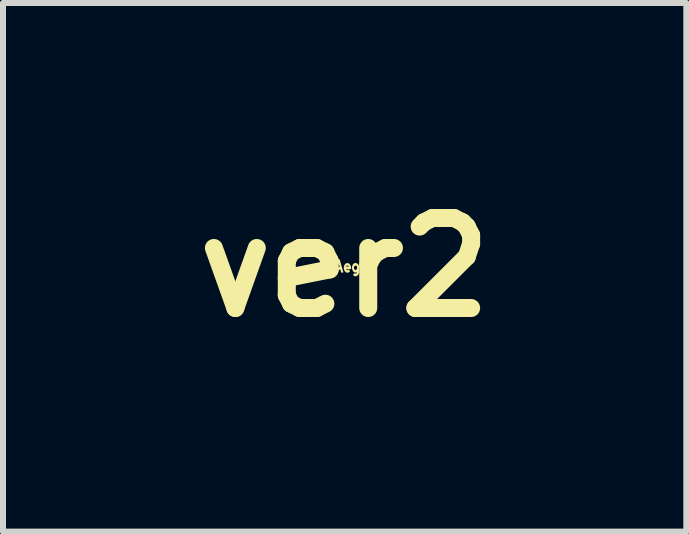
<source format=kicad_pcb>
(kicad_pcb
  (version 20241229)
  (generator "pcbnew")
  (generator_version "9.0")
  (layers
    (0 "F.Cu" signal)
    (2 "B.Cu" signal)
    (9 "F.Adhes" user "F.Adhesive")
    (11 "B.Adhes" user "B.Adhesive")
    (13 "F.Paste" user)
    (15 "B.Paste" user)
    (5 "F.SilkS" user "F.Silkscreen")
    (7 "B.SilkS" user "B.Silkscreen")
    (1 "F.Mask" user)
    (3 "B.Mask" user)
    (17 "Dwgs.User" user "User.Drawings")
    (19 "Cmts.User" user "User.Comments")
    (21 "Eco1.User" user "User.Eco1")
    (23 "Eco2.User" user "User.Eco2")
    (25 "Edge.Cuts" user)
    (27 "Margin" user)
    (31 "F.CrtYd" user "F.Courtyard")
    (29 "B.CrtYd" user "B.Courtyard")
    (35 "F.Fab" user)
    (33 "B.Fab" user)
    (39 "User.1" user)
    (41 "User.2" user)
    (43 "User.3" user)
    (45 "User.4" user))
  (footprint "ver2"
    (layer "F.Cu")
    (at 2.693 1.404)
    (property "Reference" "ver2" (at 0 0 0) (layer "F.SilkS") (effects (font (size 1.5 1.5) (thickness 0.3))))
    (attr board_only exclude_from_pos_files exclude_from_bom)
    (fp_poly (pts (xy -0.306 0.023) (xy -0.308 0.025) (xy -0.309 0.023) (xy -0.308 0.021)) (stroke (width 0) (type solid)) (fill yes) (layer "F.SilkS"))
    (fp_poly (pts (xy -0.293 0.012) (xy -0.295 0.014) (xy -0.296 0.012) (xy -0.295 0.011)) (stroke (width 0) (type solid)) (fill yes) (layer "F.SilkS"))
    (fp_poly (pts (xy -0.259 -0.058) (xy -0.26 -0.056) (xy -0.262 -0.058) (xy -0.26 -0.06)) (stroke (width 0) (type solid)) (fill yes) (layer "F.SilkS"))
    (fp_poly (pts (xy 0.306 0.005) (xy 0.306 0.088) (xy 0.289 0.088) (xy 0.272 0.088) (xy 0.273 0.013) (xy 0.273 -0.062) (xy 0.29 -0.07) (xy 0.306 -0.077)) (stroke (width 0) (type solid)) (fill yes) (layer "F.SilkS"))
    (fp_poly (pts (xy -0.264 -0.051) (xy -0.266 -0.044) (xy -0.271 -0.041) (xy -0.275 -0.042) (xy -0.277 -0.045) (xy -0.274 -0.046) (xy -0.271 -0.046) (xy -0.272 -0.044) (xy -0.271 -0.042) (xy -0.269 -0.044) (xy -0.271 -0.046) (xy -0.27 -0.046) (xy -0.268 -0.048) (xy -0.266 -0.05) (xy -0.265 -0.052)) (stroke (width 0) (type solid)) (fill yes) (layer "F.SilkS"))
    (fp_poly (pts (xy -0.319 -0.018) (xy -0.318 -0.017) (xy -0.315 -0.013) (xy -0.317 -0.011) (xy -0.32 -0.01) (xy -0.327 -0.008) (xy -0.331 -0.008) (xy -0.332 -0.012) (xy -0.332 -0.012) (xy -0.331 -0.016) (xy -0.329 -0.014) (xy -0.325 -0.013) (xy -0.324 -0.016) (xy -0.322 -0.016) (xy -0.321 -0.014) (xy -0.32 -0.016) (xy -0.321 -0.018) (xy -0.322 -0.016) (xy -0.324 -0.016) (xy -0.324 -0.016) (xy -0.322 -0.02)) (stroke (width 0) (type solid)) (fill yes) (layer "F.SilkS"))
    (fp_poly (pts (xy -0.254 -0.009) (xy -0.252 -0.002) (xy -0.251 0.008) (xy -0.251 0.022) (xy -0.251 0.026) (xy -0.252 0.04) (xy -0.254 0.047) (xy -0.256 0.049) (xy -0.259 0.049) (xy -0.257 0.047) (xy -0.256 0.046) (xy -0.254 0.043) (xy -0.255 0.042) (xy -0.257 0.039) (xy -0.258 0.032) (xy -0.258 0.024) (xy -0.256 0.018) (xy -0.254 0.015) (xy -0.255 0.015) (xy -0.256 0.013) (xy -0.257 0.007) (xy -0.257 -0.000105) (xy -0.257 -0.007) (xy -0.256 -0.009)) (stroke (width 0) (type solid)) (fill yes) (layer "F.SilkS"))
    (fp_poly (pts (xy -0.344 -0.013) (xy -0.339 -0.011) (xy -0.336 -0.008) (xy -0.337 -0.005) (xy -0.341 -0.004) (xy -0.345 -0.003) (xy -0.353 -0.003) (xy -0.358 -0.002) (xy -0.366 -0.001) (xy -0.37 -0.002) (xy -0.371 -0.005) (xy -0.371 -0.006) (xy -0.368 -0.01) (xy -0.365 -0.01) (xy -0.364 -0.006) (xy -0.364 -0.004) (xy -0.362 -0.006) (xy -0.359 -0.008) (xy -0.357 -0.007) (xy -0.351 -0.006) (xy -0.349 -0.006) (xy -0.347 -0.008) (xy -0.349 -0.011) (xy -0.35 -0.013) (xy -0.345 -0.013)) (stroke (width 0) (type solid)) (fill yes) (layer "F.SilkS"))
    (fp_poly (pts (xy -0.264 -0.01) (xy -0.267 -0.005) (xy -0.272 0.001) (xy -0.276 0.004) (xy -0.276 0.004) (xy -0.28 0.006) (xy -0.28 0.007) (xy -0.282 0.011) (xy -0.286 0.016) (xy -0.292 0.02) (xy -0.296 0.022) (xy -0.297 0.021) (xy -0.297 0.018) (xy -0.295 0.018) (xy -0.291 0.015) (xy -0.285 0.009) (xy -0.284 0.007) (xy -0.279 0.001) (xy -0.275 -0.001) (xy -0.274 -0.001) (xy -0.272 -0.002) (xy -0.273 -0.005) (xy -0.273 -0.01) (xy -0.273 -0.011) (xy -0.269 -0.012) (xy -0.266 -0.012) (xy -0.263 -0.013)) (stroke (width 0) (type solid)) (fill yes) (layer "F.SilkS"))
    (fp_poly (pts (xy -0.279 -0.036) (xy -0.282 -0.032) (xy -0.292 -0.025) (xy -0.299 -0.024) (xy -0.301 -0.022) (xy -0.301 -0.021) (xy -0.302 -0.018) (xy -0.303 -0.019) (xy -0.306 -0.019) (xy -0.308 -0.017) (xy -0.312 -0.016) (xy -0.313 -0.017) (xy -0.312 -0.021) (xy -0.31 -0.021) (xy -0.307 -0.023) (xy -0.307 -0.024) (xy -0.306 -0.026) (xy -0.302 -0.026) (xy -0.297 -0.027) (xy -0.296 -0.028) (xy -0.294 -0.03) (xy -0.291 -0.029) (xy -0.288 -0.029) (xy -0.289 -0.031) (xy -0.289 -0.034) (xy -0.285 -0.034) (xy -0.284 -0.032) (xy -0.283 -0.034) (xy -0.284 -0.035) (xy -0.285 -0.034) (xy -0.289 -0.034) (xy -0.289 -0.035) (xy -0.289 -0.036) (xy -0.285 -0.036) (xy -0.281 -0.037) (xy -0.278 -0.037)) (stroke (width 0) (type solid)) (fill yes) (layer "F.SilkS"))
    (fp_poly (pts (xy 0.42 -0.051) (xy 0.42 -0.028) (xy 0.396 -0.027) (xy 0.384 -0.027) (xy 0.376 -0.026) (xy 0.372 -0.024) (xy 0.371 -0.021) (xy 0.371 -0.021) (xy 0.373 -0.017) (xy 0.379 -0.015) (xy 0.384 -0.014) (xy 0.394 -0.012) (xy 0.402 -0.008) (xy 0.405 -0.006) (xy 0.415 0.006) (xy 0.421 0.022) (xy 0.423 0.04) (xy 0.421 0.057) (xy 0.417 0.067) (xy 0.411 0.077) (xy 0.404 0.084) (xy 0.395 0.088) (xy 0.383 0.091) (xy 0.367 0.092) (xy 0.363 0.092) (xy 0.333 0.092) (xy 0.333 0.069) (xy 0.333 0.046) (xy 0.361 0.046) (xy 0.373 0.046) (xy 0.381 0.045) (xy 0.386 0.044) (xy 0.388 0.043) (xy 0.388 0.04) (xy 0.388 0.039) (xy 0.387 0.034) (xy 0.383 0.032) (xy 0.379 0.032) (xy 0.365 0.029) (xy 0.353 0.021) (xy 0.344 0.009) (xy 0.338 -0.006) (xy 0.336 -0.023) (xy 0.338 -0.039) (xy 0.343 -0.052) (xy 0.349 -0.061) (xy 0.357 -0.068) (xy 0.367 -0.072) (xy 0.381 -0.074) (xy 0.393 -0.074) (xy 0.42 -0.074)) (stroke (width 0) (type solid)) (fill yes) (layer "F.SilkS"))
    (fp_poly (pts (xy -0.054 -0.028) (xy -0.046 -0.002) (xy -0.039 0.021) (xy -0.033 0.042) (xy -0.028 0.06) (xy -0.025 0.073) (xy -0.023 0.081) (xy -0.022 0.082) (xy -0.022 0.085) (xy -0.024 0.087) (xy -0.029 0.088) (xy -0.039 0.088) (xy -0.039 0.088) (xy -0.057 0.088) (xy -0.064 0.064) (xy -0.07 0.041) (xy -0.099 0.041) (xy -0.127 0.041) (xy -0.133 0.063) (xy -0.137 0.075) (xy -0.14 0.084) (xy -0.142 0.088) (xy -0.145 0.089) (xy -0.153 0.089) (xy -0.16 0.088) (xy -0.176 0.086) (xy -0.153 0.004) (xy -0.149 -0.008) (xy -0.113 -0.008) (xy -0.111 -0.005) (xy -0.105 -0.004) (xy -0.098 -0.004) (xy -0.082 -0.004) (xy -0.09 -0.032) (xy -0.093 -0.045) (xy -0.096 -0.056) (xy -0.098 -0.062) (xy -0.098 -0.063) (xy -0.099 -0.061) (xy -0.101 -0.055) (xy -0.104 -0.045) (xy -0.107 -0.034) (xy -0.11 -0.023) (xy -0.112 -0.014) (xy -0.113 -0.008) (xy -0.113 -0.008) (xy -0.149 -0.008) (xy -0.146 -0.021) (xy -0.139 -0.045) (xy -0.133 -0.067) (xy -0.127 -0.086) (xy -0.123 -0.1) (xy -0.122 -0.106) (xy -0.114 -0.132) (xy -0.099 -0.132) (xy -0.083 -0.132)) (stroke (width 0) (type solid)) (fill yes) (layer "F.SilkS"))
    (fp_poly (pts (xy 0.058 -0.069) (xy 0.073 -0.062) (xy 0.086 -0.05) (xy 0.097 -0.033) (xy 0.101 -0.021) (xy 0.105 -0.006) (xy 0.107 0.008) (xy 0.108 0.02) (xy 0.107 0.028) (xy 0.107 0.028) (xy 0.104 0.03) (xy 0.096 0.031) (xy 0.086 0.031) (xy 0.072 0.032) (xy 0.064 0.032) (xy 0.022 0.032) (xy 0.029 0.039) (xy 0.038 0.047) (xy 0.048 0.048) (xy 0.058 0.043) (xy 0.068 0.036) (xy 0.079 0.051) (xy 0.085 0.059) (xy 0.088 0.065) (xy 0.088 0.068) (xy 0.085 0.071) (xy 0.073 0.082) (xy 0.058 0.088) (xy 0.043 0.09) (xy 0.033 0.089) (xy 0.016 0.079) (xy 0.002 0.065) (xy -0.008 0.045) (xy -0.014 0.022) (xy -0.015 0.02) (xy -0.015 0.005) (xy -0.012 -0.013) (xy -0.011 -0.014) (xy 0.024 -0.014) (xy 0.026 -0.012) (xy 0.033 -0.011) (xy 0.042 -0.011) (xy 0.046 -0.011) (xy 0.057 -0.011) (xy 0.065 -0.012) (xy 0.068 -0.013) (xy 0.069 -0.014) (xy 0.066 -0.018) (xy 0.061 -0.023) (xy 0.053 -0.027) (xy 0.045 -0.028) (xy 0.044 -0.028) (xy 0.037 -0.027) (xy 0.03 -0.023) (xy 0.025 -0.017) (xy 0.024 -0.014) (xy -0.011 -0.014) (xy -0.006 -0.03) (xy -0.000094 -0.043) (xy 0.012 -0.058) (xy 0.027 -0.067) (xy 0.042 -0.071)) (stroke (width 0) (type solid)) (fill yes) (layer "F.SilkS"))
    (fp_poly (pts (xy 0.194 -0.07) (xy 0.21 -0.063) (xy 0.223 -0.049) (xy 0.225 -0.047) (xy 0.231 -0.037) (xy 0.236 -0.028) (xy 0.239 -0.018) (xy 0.24 -0.006) (xy 0.241 0.01) (xy 0.242 0.031) (xy 0.242 0.039) (xy 0.242 0.059) (xy 0.241 0.074) (xy 0.241 0.085) (xy 0.24 0.093) (xy 0.238 0.099) (xy 0.236 0.104) (xy 0.226 0.123) (xy 0.213 0.138) (xy 0.198 0.147) (xy 0.182 0.151) (xy 0.166 0.148) (xy 0.166 0.148) (xy 0.159 0.145) (xy 0.152 0.14) (xy 0.145 0.134) (xy 0.141 0.129) (xy 0.14 0.127) (xy 0.142 0.124) (xy 0.146 0.117) (xy 0.15 0.111) (xy 0.157 0.103) (xy 0.161 0.1) (xy 0.165 0.1) (xy 0.168 0.102) (xy 0.179 0.106) (xy 0.191 0.103) (xy 0.196 0.1) (xy 0.202 0.093) (xy 0.206 0.087) (xy 0.206 0.084) (xy 0.202 0.084) (xy 0.199 0.085) (xy 0.188 0.088) (xy 0.175 0.087) (xy 0.162 0.084) (xy 0.157 0.082) (xy 0.143 0.069) (xy 0.132 0.052) (xy 0.125 0.033) (xy 0.122 0.012) (xy 0.122 -0.00027) (xy 0.155 -0.00027) (xy 0.155 0.014) (xy 0.159 0.027) (xy 0.166 0.037) (xy 0.17 0.041) (xy 0.177 0.044) (xy 0.181 0.045) (xy 0.186 0.044) (xy 0.191 0.041) (xy 0.201 0.032) (xy 0.207 0.02) (xy 0.208 0.005) (xy 0.205 -0.011) (xy 0.198 -0.022) (xy 0.19 -0.027) (xy 0.181 -0.028) (xy 0.171 -0.025) (xy 0.162 -0.017) (xy 0.156 -0.006) (xy 0.155 -0.00027) (xy 0.122 -0.00027) (xy 0.123 -0.009) (xy 0.128 -0.03) (xy 0.135 -0.043) (xy 0.148 -0.059) (xy 0.162 -0.068) (xy 0.178 -0.072)) (stroke (width 0) (type solid)) (fill yes) (layer "F.SilkS"))
    (fp_poly (pts (xy -0.376 -0.003) (xy -0.379 0.008) (xy -0.38 0.018) (xy -0.381 0.025) (xy -0.383 0.028) (xy -0.383 0.028) (xy -0.385 0.031) (xy -0.385 0.034) (xy -0.384 0.038) (xy -0.383 0.039) (xy -0.38 0.042) (xy -0.378 0.048) (xy -0.375 0.054) (xy -0.373 0.057) (xy -0.369 0.058) (xy -0.367 0.058) (xy -0.362 0.057) (xy -0.361 0.054) (xy -0.358 0.051) (xy -0.356 0.051) (xy -0.351 0.051) (xy -0.35 0.05) (xy -0.347 0.047) (xy -0.346 0.048) (xy -0.344 0.048) (xy -0.343 0.047) (xy -0.341 0.044) (xy -0.337 0.044) (xy -0.332 0.044) (xy -0.33 0.043) (xy -0.328 0.039) (xy -0.323 0.035) (xy -0.32 0.034) (xy -0.317 0.034) (xy -0.316 0.035) (xy -0.314 0.034) (xy -0.316 0.032) (xy -0.317 0.034) (xy -0.32 0.034) (xy -0.316 0.031) (xy -0.31 0.029) (xy -0.305 0.026) (xy -0.304 0.024) (xy -0.301 0.023) (xy -0.3 0.024) (xy -0.301 0.027) (xy -0.306 0.032) (xy -0.309 0.035) (xy -0.315 0.039) (xy -0.319 0.041) (xy -0.32 0.041) (xy -0.321 0.041) (xy -0.326 0.044) (xy -0.331 0.047) (xy -0.334 0.047) (xy -0.335 0.047) (xy -0.335 0.049) (xy -0.337 0.052) (xy -0.339 0.052) (xy -0.343 0.052) (xy -0.343 0.054) (xy -0.344 0.056) (xy -0.346 0.053) (xy -0.348 0.05) (xy -0.35 0.053) (xy -0.35 0.054) (xy -0.353 0.058) (xy -0.355 0.056) (xy -0.359 0.055) (xy -0.36 0.058) (xy -0.363 0.062) (xy -0.364 0.062) (xy -0.368 0.062) (xy -0.368 0.063) (xy -0.372 0.067) (xy -0.377 0.063) (xy -0.377 0.063) (xy -0.378 0.062) (xy -0.372 0.062) (xy -0.371 0.064) (xy -0.37 0.062) (xy -0.371 0.06) (xy -0.372 0.062) (xy -0.378 0.062) (xy -0.379 0.058) (xy -0.378 0.058) (xy -0.376 0.06) (xy -0.375 0.058) (xy -0.376 0.056) (xy -0.378 0.058) (xy -0.379 0.058) (xy -0.38 0.056) (xy -0.383 0.047) (xy -0.386 0.037) (xy -0.388 0.029) (xy -0.388 0.023) (xy -0.386 0.022) (xy -0.385 0.021) (xy -0.385 0.014) (xy -0.385 0.013) (xy -0.385 0.004) (xy -0.381 -0.003) (xy -0.378 -0.005) (xy -0.371 -0.012)) (stroke (width 0) (type solid)) (fill yes) (layer "F.SilkS"))
    (fp_poly (pts (xy -0.256 0.056) (xy -0.256 0.056) (xy -0.258 0.06) (xy -0.259 0.06) (xy -0.261 0.062) (xy -0.26 0.064) (xy -0.261 0.067) (xy -0.264 0.069) (xy -0.268 0.072) (xy -0.268 0.074) (xy -0.269 0.078) (xy -0.273 0.084) (xy -0.279 0.09) (xy -0.285 0.096) (xy -0.289 0.098) (xy -0.288 0.097) (xy -0.289 0.095) (xy -0.291 0.097) (xy -0.289 0.099) (xy -0.29 0.099) (xy -0.292 0.1) (xy -0.295 0.101) (xy -0.295 0.103) (xy -0.297 0.107) (xy -0.301 0.109) (xy -0.305 0.111) (xy -0.305 0.113) (xy -0.306 0.116) (xy -0.308 0.116) (xy -0.311 0.118) (xy -0.312 0.12) (xy -0.313 0.122) (xy -0.314 0.122) (xy -0.317 0.122) (xy -0.317 0.123) (xy -0.318 0.127) (xy -0.322 0.125) (xy -0.325 0.122) (xy -0.322 0.122) (xy -0.321 0.123) (xy -0.32 0.122) (xy -0.321 0.12) (xy -0.322 0.122) (xy -0.325 0.122) (xy -0.327 0.118) (xy -0.332 0.113) (xy -0.336 0.111) (xy -0.336 0.111) (xy -0.339 0.11) (xy -0.341 0.106) (xy -0.343 0.103) (xy -0.34 0.103) (xy -0.34 0.105) (xy -0.337 0.109) (xy -0.335 0.108) (xy -0.335 0.108) (xy -0.337 0.105) (xy -0.339 0.104) (xy -0.34 0.103) (xy -0.343 0.103) (xy -0.345 0.1) (xy -0.348 0.099) (xy -0.352 0.097) (xy -0.357 0.091) (xy -0.362 0.085) (xy -0.365 0.079) (xy -0.365 0.076) (xy -0.366 0.075) (xy -0.37 0.074) (xy -0.374 0.073) (xy -0.373 0.072) (xy -0.372 0.071) (xy -0.368 0.069) (xy -0.365 0.073) (xy -0.359 0.08) (xy -0.356 0.082) (xy -0.352 0.086) (xy -0.352 0.09) (xy -0.352 0.093) (xy -0.349 0.094) (xy -0.344 0.095) (xy -0.338 0.1) (xy -0.337 0.102) (xy -0.331 0.108) (xy -0.327 0.111) (xy -0.326 0.112) (xy -0.322 0.113) (xy -0.319 0.115) (xy -0.314 0.114) (xy -0.31 0.11) (xy -0.305 0.105) (xy -0.302 0.105) (xy -0.299 0.105) (xy -0.3 0.103) (xy -0.3 0.099) (xy -0.299 0.099) (xy -0.295 0.097) (xy -0.292 0.093) (xy -0.289 0.09) (xy -0.288 0.092) (xy -0.287 0.093) (xy -0.284 0.09) (xy -0.281 0.085) (xy -0.28 0.082) (xy -0.28 0.082) (xy -0.277 0.082) (xy -0.276 0.084) (xy -0.273 0.081) (xy -0.272 0.079) (xy -0.27 0.075) (xy -0.272 0.076) (xy -0.273 0.076) (xy -0.277 0.08) (xy -0.277 0.082) (xy -0.28 0.082) (xy -0.278 0.078) (xy -0.274 0.072) (xy -0.27 0.068) (xy -0.266 0.066) (xy -0.266 0.066) (xy -0.264 0.064) (xy -0.263 0.06) (xy -0.26 0.055) (xy -0.258 0.053)) (stroke (width 0) (type solid)) (fill yes) (layer "F.SilkS"))
    (fp_poly (pts (xy -0.313 -0.107) (xy -0.308 -0.104) (xy -0.301 -0.1) (xy -0.294 -0.097) (xy -0.288 -0.094) (xy -0.287 -0.091) (xy -0.287 -0.091) (xy -0.287 -0.089) (xy -0.286 -0.09) (xy -0.281 -0.09) (xy -0.279 -0.088) (xy -0.275 -0.086) (xy -0.275 -0.086) (xy -0.273 -0.086) (xy -0.269 -0.084) (xy -0.264 -0.081) (xy -0.261 -0.08) (xy -0.259 -0.078) (xy -0.257 -0.07) (xy -0.255 -0.059) (xy -0.254 -0.046) (xy -0.254 -0.036) (xy -0.255 -0.025) (xy -0.255 -0.019) (xy -0.256 -0.017) (xy -0.26 -0.019) (xy -0.262 -0.019) (xy -0.265 -0.019) (xy -0.265 -0.021) (xy -0.265 -0.021) (xy -0.261 -0.021) (xy -0.26 -0.021) (xy -0.258 -0.024) (xy -0.258 -0.025) (xy -0.257 -0.028) (xy -0.257 -0.028) (xy -0.26 -0.026) (xy -0.26 -0.025) (xy -0.261 -0.021) (xy -0.265 -0.021) (xy -0.262 -0.026) (xy -0.257 -0.035) (xy -0.257 -0.043) (xy -0.259 -0.048) (xy -0.261 -0.051) (xy -0.259 -0.053) (xy -0.257 -0.058) (xy -0.258 -0.065) (xy -0.262 -0.071) (xy -0.264 -0.072) (xy -0.268 -0.076) (xy -0.269 -0.078) (xy -0.271 -0.08) (xy -0.273 -0.079) (xy -0.277 -0.079) (xy -0.284 -0.083) (xy -0.284 -0.083) (xy -0.284 -0.083) (xy -0.275 -0.083) (xy -0.273 -0.081) (xy -0.272 -0.083) (xy -0.273 -0.085) (xy -0.275 -0.083) (xy -0.284 -0.083) (xy -0.29 -0.087) (xy -0.295 -0.088) (xy -0.295 -0.088) (xy -0.298 -0.09) (xy -0.298 -0.092) (xy -0.3 -0.095) (xy -0.3 -0.095) (xy -0.304 -0.095) (xy -0.308 -0.097) (xy -0.314 -0.099) (xy -0.318 -0.1) (xy -0.322 -0.099) (xy -0.329 -0.095) (xy -0.338 -0.091) (xy -0.342 -0.089) (xy -0.351 -0.084) (xy -0.359 -0.081) (xy -0.364 -0.079) (xy -0.365 -0.08) (xy -0.367 -0.079) (xy -0.367 -0.078) (xy -0.369 -0.074) (xy -0.372 -0.073) (xy -0.374 -0.07) (xy -0.376 -0.065) (xy -0.377 -0.055) (xy -0.377 -0.043) (xy -0.378 -0.024) (xy -0.379 -0.012) (xy -0.381 -0.005) (xy -0.383 -0.004) (xy -0.383 -0.007) (xy -0.383 -0.015) (xy -0.383 -0.028) (xy -0.383 -0.032) (xy -0.382 -0.045) (xy -0.381 -0.056) (xy -0.38 -0.062) (xy -0.38 -0.062) (xy -0.379 -0.067) (xy -0.381 -0.069) (xy -0.382 -0.073) (xy -0.378 -0.076) (xy -0.377 -0.076) (xy -0.372 -0.079) (xy -0.372 -0.082) (xy -0.372 -0.084) (xy -0.37 -0.083) (xy -0.368 -0.083) (xy -0.367 -0.085) (xy -0.366 -0.087) (xy -0.364 -0.085) (xy -0.36 -0.083) (xy -0.358 -0.086) (xy -0.357 -0.086) (xy -0.355 -0.085) (xy -0.354 -0.086) (xy -0.355 -0.088) (xy -0.357 -0.086) (xy -0.358 -0.086) (xy -0.358 -0.087) (xy -0.355 -0.091) (xy -0.351 -0.091) (xy -0.347 -0.09) (xy -0.346 -0.091) (xy -0.346 -0.097) (xy -0.343 -0.096) (xy -0.342 -0.095) (xy -0.339 -0.093) (xy -0.339 -0.094) (xy -0.339 -0.097) (xy -0.335 -0.097) (xy -0.334 -0.095) (xy -0.333 -0.097) (xy -0.334 -0.099) (xy -0.335 -0.097) (xy -0.339 -0.097) (xy -0.338 -0.098) (xy -0.336 -0.101) (xy -0.33 -0.101) (xy -0.329 -0.099) (xy -0.328 -0.101) (xy -0.329 -0.102) (xy -0.33 -0.101) (xy -0.336 -0.101) (xy -0.334 -0.102) (xy -0.328 -0.105) (xy -0.32 -0.107)) (stroke (width 0) (type solid)) (fill yes) (layer "F.SilkS")))
  (gr_rect
    (start -3 -3)
    (end 8.386 5.808)
    (stroke (width 0.1) (type default))
    (fill no)
    (layer "Edge.Cuts")))
</source>
